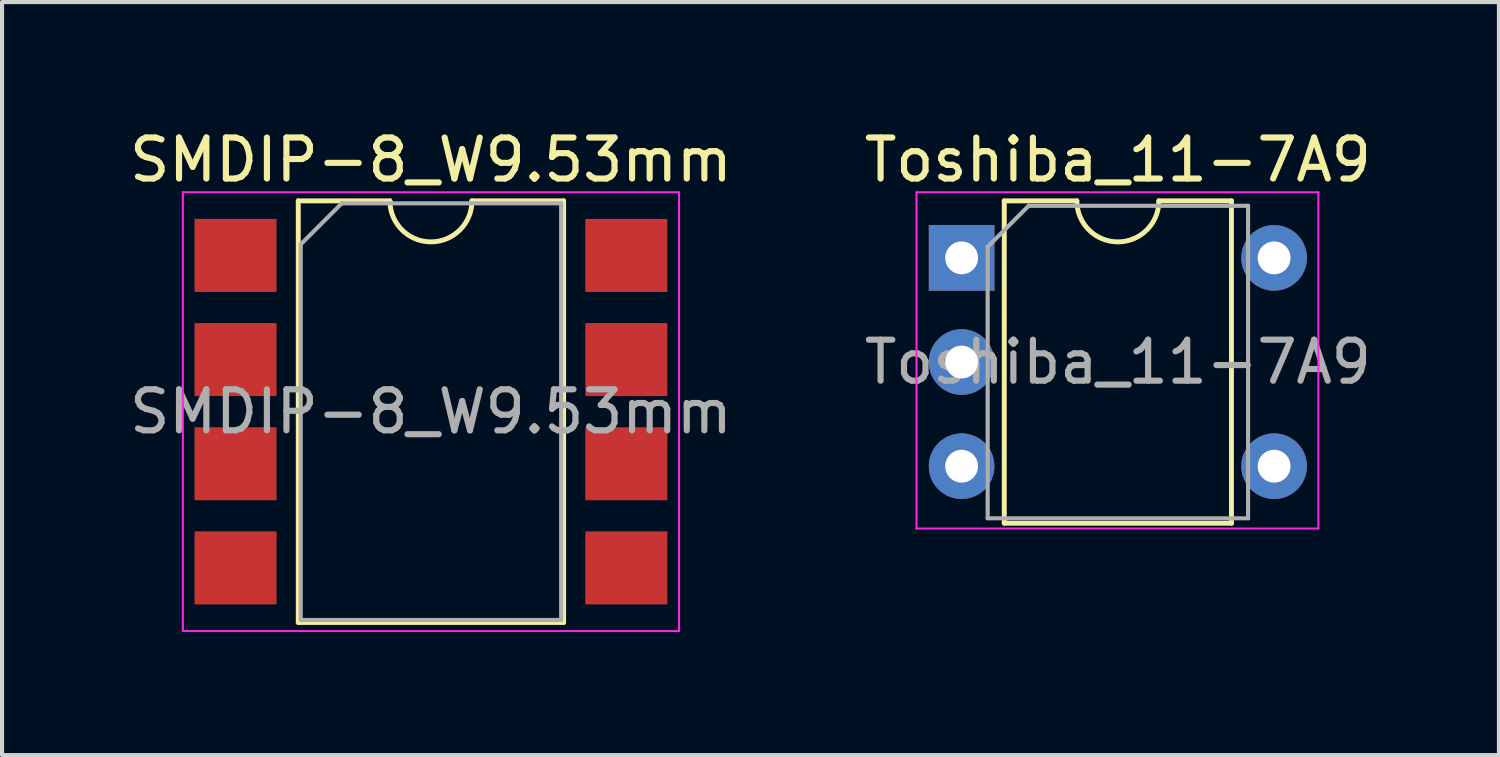
<source format=kicad_pcb>
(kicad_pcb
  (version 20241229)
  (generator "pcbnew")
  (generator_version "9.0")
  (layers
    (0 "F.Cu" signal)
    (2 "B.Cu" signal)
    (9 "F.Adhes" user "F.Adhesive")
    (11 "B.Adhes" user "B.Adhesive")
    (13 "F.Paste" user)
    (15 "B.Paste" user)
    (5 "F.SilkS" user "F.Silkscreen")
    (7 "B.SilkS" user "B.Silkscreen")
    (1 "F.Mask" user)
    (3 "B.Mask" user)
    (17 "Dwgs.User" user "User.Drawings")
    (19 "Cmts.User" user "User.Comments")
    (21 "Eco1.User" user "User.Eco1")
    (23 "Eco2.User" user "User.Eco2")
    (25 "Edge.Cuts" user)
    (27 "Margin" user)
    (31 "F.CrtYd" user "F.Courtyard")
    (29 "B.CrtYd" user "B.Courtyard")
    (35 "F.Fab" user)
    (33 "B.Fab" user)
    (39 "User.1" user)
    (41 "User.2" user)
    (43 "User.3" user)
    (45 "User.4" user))
  (footprint "Toshiba_11-7A9"
    (layer "F.Cu")
    (at 20.398 3.238)
    (property "Reference" "Toshiba_11-7A9" (at 3.81 -2.39 0) (layer "F.SilkS") (effects (font (size 1 1) (thickness 0.15))))
    (attr through_hole)
    (fp_line (start 1.04 -1.39) (end 1.04 6.47) (stroke (width 0.12) (type solid)) (layer "F.SilkS"))
    (fp_line (start 1.04 6.47) (end 6.58 6.47) (stroke (width 0.12) (type solid)) (layer "F.SilkS"))
    (fp_line (start 2.81 -1.39) (end 1.04 -1.39) (stroke (width 0.12) (type solid)) (layer "F.SilkS"))
    (fp_line (start 6.58 -1.39) (end 4.81 -1.39) (stroke (width 0.12) (type solid)) (layer "F.SilkS"))
    (fp_line (start 6.58 6.47) (end 6.58 -1.39) (stroke (width 0.12) (type solid)) (layer "F.SilkS"))
    (fp_arc (start 4.81 -1.39) (mid 3.81 -0.39) (end 2.81 -1.39) (stroke (width 0.12) (type solid)) (layer "F.SilkS"))
    (fp_line (start -1.1 -1.6) (end -1.1 6.6) (stroke (width 0.05) (type solid)) (layer "F.CrtYd"))
    (fp_line (start -1.1 6.6) (end 8.7 6.6) (stroke (width 0.05) (type solid)) (layer "F.CrtYd"))
    (fp_line (start 8.7 -1.6) (end -1.1 -1.6) (stroke (width 0.05) (type solid)) (layer "F.CrtYd"))
    (fp_line (start 8.7 6.6) (end 8.7 -1.6) (stroke (width 0.05) (type solid)) (layer "F.CrtYd"))
    (fp_line (start 0.635 -0.27) (end 1.635 -1.27) (stroke (width 0.1) (type solid)) (layer "F.Fab"))
    (fp_line (start 0.635 6.35) (end 0.635 -0.27) (stroke (width 0.1) (type solid)) (layer "F.Fab"))
    (fp_line (start 1.635 -1.27) (end 6.985 -1.27) (stroke (width 0.1) (type solid)) (layer "F.Fab"))
    (fp_line (start 6.985 -1.27) (end 6.985 6.35) (stroke (width 0.1) (type solid)) (layer "F.Fab"))
    (fp_line (start 6.985 6.35) (end 0.635 6.35) (stroke (width 0.1) (type solid)) (layer "F.Fab"))
    (fp_text user "${REFERENCE}" (at 3.81 2.54 0) (layer "F.Fab") (effects (font (size 1 1) (thickness 0.15))))
    (pad "1" thru_hole rect (at 0 0) (size 1.6 1.6) (drill 0.8) (layers "*.Cu" "*.Mask"))
    (pad "2" thru_hole oval (at 0 2.54) (size 1.6 1.6) (drill 0.8) (layers "*.Cu" "*.Mask"))
    (pad "3" thru_hole oval (at 0 5.08) (size 1.6 1.6) (drill 0.8) (layers "*.Cu" "*.Mask"))
    (pad "4" thru_hole oval (at 7.62 5.08) (size 1.6 1.6) (drill 0.8) (layers "*.Cu" "*.Mask"))
    (pad "6" thru_hole oval (at 7.62 0) (size 1.6 1.6) (drill 0.8) (layers "*.Cu" "*.Mask")))
  (footprint "SMDIP-8_W9.53mm"
    (layer "F.Cu")
    (at 7.458 6.988)
    (property "Reference" "SMDIP-8_W9.53mm" (at 0 -6.14 0) (layer "F.SilkS") (effects (font (size 1 1) (thickness 0.15))))
    (attr smd)
    (fp_line (start -3.235 -5.14) (end -3.235 5.14) (stroke (width 0.12) (type solid)) (layer "F.SilkS"))
    (fp_line (start -3.235 5.14) (end 3.235 5.14) (stroke (width 0.12) (type solid)) (layer "F.SilkS"))
    (fp_line (start -1 -5.14) (end -3.235 -5.14) (stroke (width 0.12) (type solid)) (layer "F.SilkS"))
    (fp_line (start 3.235 -5.14) (end 1 -5.14) (stroke (width 0.12) (type solid)) (layer "F.SilkS"))
    (fp_line (start 3.235 5.14) (end 3.235 -5.14) (stroke (width 0.12) (type solid)) (layer "F.SilkS"))
    (fp_arc (start 1 -5.14) (mid 0 -4.14) (end -1 -5.14) (stroke (width 0.12) (type solid)) (layer "F.SilkS"))
    (fp_line (start -6.05 -5.35) (end -6.05 5.35) (stroke (width 0.05) (type solid)) (layer "F.CrtYd"))
    (fp_line (start -6.05 5.35) (end 6.05 5.35) (stroke (width 0.05) (type solid)) (layer "F.CrtYd"))
    (fp_line (start 6.05 -5.35) (end -6.05 -5.35) (stroke (width 0.05) (type solid)) (layer "F.CrtYd"))
    (fp_line (start 6.05 5.35) (end 6.05 -5.35) (stroke (width 0.05) (type solid)) (layer "F.CrtYd"))
    (fp_line (start -3.175 -4.08) (end -2.175 -5.08) (stroke (width 0.1) (type solid)) (layer "F.Fab"))
    (fp_line (start -3.175 5.08) (end -3.175 -4.08) (stroke (width 0.1) (type solid)) (layer "F.Fab"))
    (fp_line (start -2.175 -5.08) (end 3.175 -5.08) (stroke (width 0.1) (type solid)) (layer "F.Fab"))
    (fp_line (start 3.175 -5.08) (end 3.175 5.08) (stroke (width 0.1) (type solid)) (layer "F.Fab"))
    (fp_line (start 3.175 5.08) (end -3.175 5.08) (stroke (width 0.1) (type solid)) (layer "F.Fab"))
    (fp_text user "${REFERENCE}" (at 0 0 0) (layer "F.Fab") (effects (font (size 1 1) (thickness 0.15))))
    (pad "1" smd rect (at -4.765 -3.81) (size 2 1.78) (layers "F.Cu" "F.Mask" "F.Paste"))
    (pad "2" smd rect (at -4.765 -1.27) (size 2 1.78) (layers "F.Cu" "F.Mask" "F.Paste"))
    (pad "3" smd rect (at -4.765 1.27) (size 2 1.78) (layers "F.Cu" "F.Mask" "F.Paste"))
    (pad "4" smd rect (at -4.765 3.81) (size 2 1.78) (layers "F.Cu" "F.Mask" "F.Paste"))
    (pad "5" smd rect (at 4.765 3.81) (size 2 1.78) (layers "F.Cu" "F.Mask" "F.Paste"))
    (pad "6" smd rect (at 4.765 1.27) (size 2 1.78) (layers "F.Cu" "F.Mask" "F.Paste"))
    (pad "7" smd rect (at 4.765 -1.27) (size 2 1.78) (layers "F.Cu" "F.Mask" "F.Paste"))
    (pad "8" smd rect (at 4.765 -3.81) (size 2 1.78) (layers "F.Cu" "F.Mask" "F.Paste")))
  (gr_rect
    (start -3 -3)
    (end 33.5 15.363)
    (stroke (width 0.1) (type default))
    (fill no)
    (layer "Edge.Cuts")))
</source>
